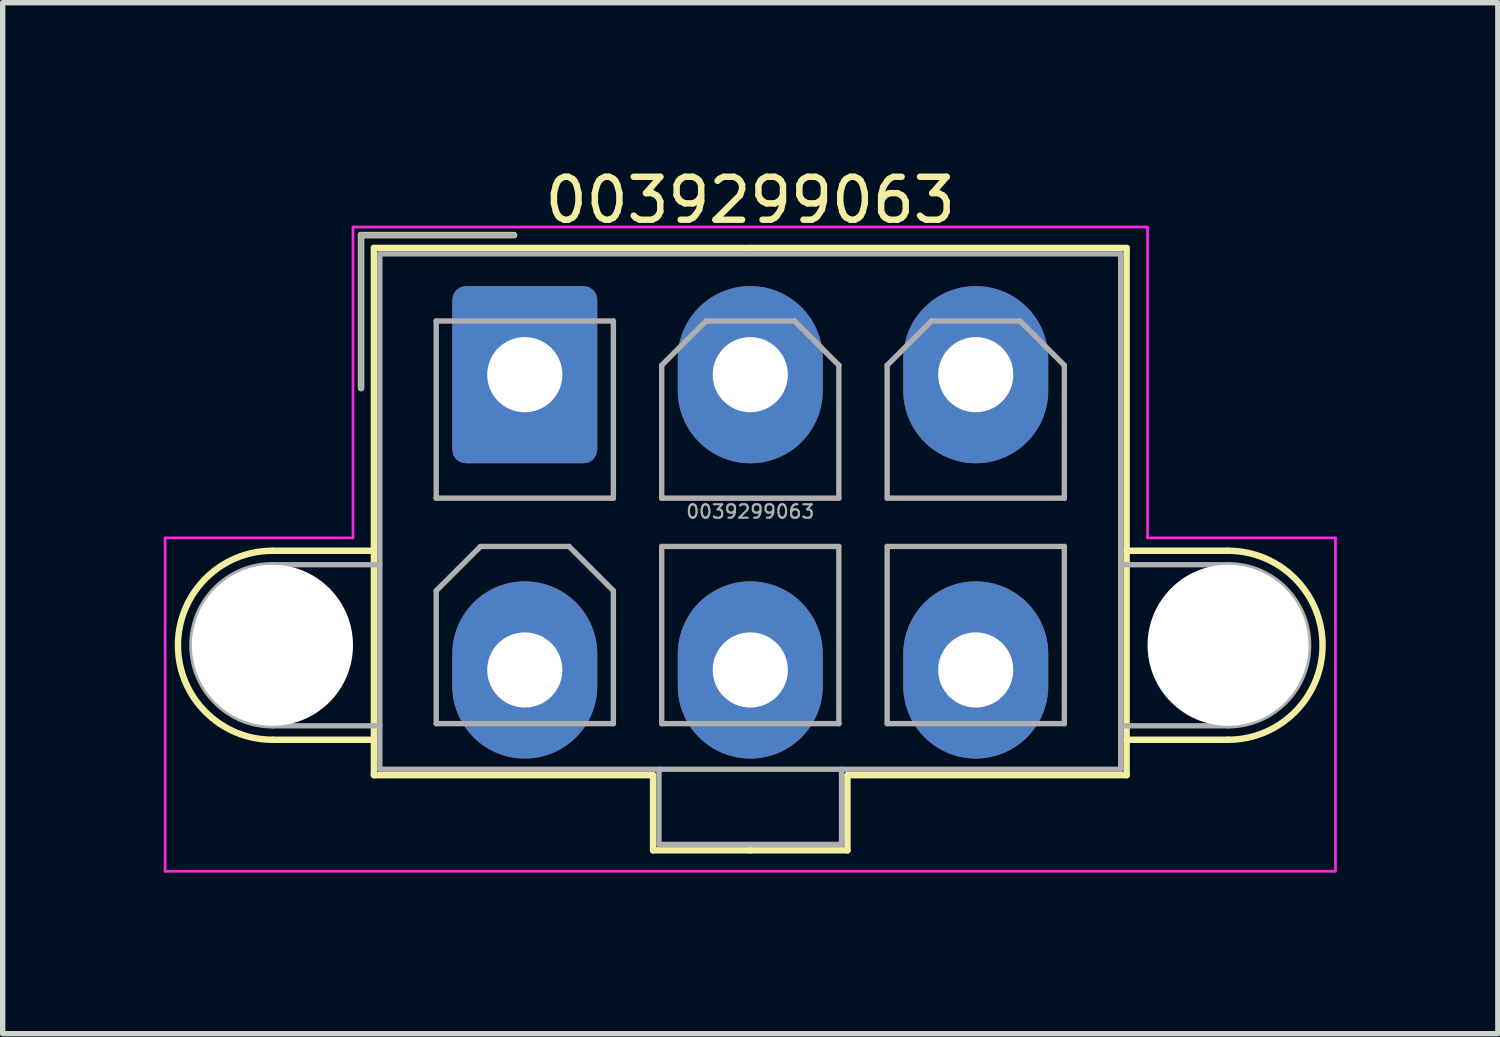
<source format=kicad_pcb>
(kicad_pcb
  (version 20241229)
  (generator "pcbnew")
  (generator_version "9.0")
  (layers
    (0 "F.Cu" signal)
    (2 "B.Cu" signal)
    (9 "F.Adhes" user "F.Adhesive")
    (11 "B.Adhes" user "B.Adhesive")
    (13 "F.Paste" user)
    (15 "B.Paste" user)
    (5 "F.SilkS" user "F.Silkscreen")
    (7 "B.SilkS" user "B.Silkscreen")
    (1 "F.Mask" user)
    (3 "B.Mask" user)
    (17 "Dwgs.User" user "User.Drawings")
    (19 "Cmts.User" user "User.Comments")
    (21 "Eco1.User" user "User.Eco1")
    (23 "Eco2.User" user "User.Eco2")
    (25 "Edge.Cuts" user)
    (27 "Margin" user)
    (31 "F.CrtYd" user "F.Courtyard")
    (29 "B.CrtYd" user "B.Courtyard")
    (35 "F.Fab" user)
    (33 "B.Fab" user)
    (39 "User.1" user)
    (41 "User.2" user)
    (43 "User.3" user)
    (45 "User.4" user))
  (footprint "0039299063"
    (layer "F.Cu")
    (at 10.925 6.679)
    (property "Reference" "0039299063" (at 0 -6 0) (layer "F.SilkS") (effects (font (size 0.8 0.8) (thickness 0.12))))
    (attr through_hole)
    (fp_line (start -8.9 0.53) (end -7.01 0.53) (stroke (width 0.12) (type solid)) (layer "F.SilkS"))
    (fp_line (start -8.9 4.05) (end -7.01 4.05) (stroke (width 0.12) (type solid)) (layer "F.SilkS"))
    (fp_line (start -7.25 -5.35) (end -7.25 -2.5) (stroke (width 0.12) (type solid)) (layer "F.SilkS"))
    (fp_line (start -7.01 -5.11) (end -7.01 4.71) (stroke (width 0.12) (type solid)) (layer "F.SilkS"))
    (fp_line (start -7.01 4.71) (end -1.81 4.71) (stroke (width 0.12) (type solid)) (layer "F.SilkS"))
    (fp_line (start -4.4 -5.35) (end -7.25 -5.35) (stroke (width 0.12) (type solid)) (layer "F.SilkS"))
    (fp_line (start -1.81 4.71) (end -1.81 6.11) (stroke (width 0.12) (type solid)) (layer "F.SilkS"))
    (fp_line (start -1.81 6.11) (end 0 6.11) (stroke (width 0.12) (type solid)) (layer "F.SilkS"))
    (fp_line (start 0 -5.11) (end -7.01 -5.11) (stroke (width 0.12) (type solid)) (layer "F.SilkS"))
    (fp_line (start 0 -5.11) (end 7.01 -5.11) (stroke (width 0.12) (type solid)) (layer "F.SilkS"))
    (fp_line (start 1.81 4.71) (end 1.81 6.11) (stroke (width 0.12) (type solid)) (layer "F.SilkS"))
    (fp_line (start 1.81 6.11) (end 0 6.11) (stroke (width 0.12) (type solid)) (layer "F.SilkS"))
    (fp_line (start 7.01 -5.11) (end 7.01 4.71) (stroke (width 0.12) (type solid)) (layer "F.SilkS"))
    (fp_line (start 7.01 4.71) (end 1.81 4.71) (stroke (width 0.12) (type solid)) (layer "F.SilkS"))
    (fp_line (start 8.9 0.53) (end 7.01 0.53) (stroke (width 0.12) (type solid)) (layer "F.SilkS"))
    (fp_line (start 8.9 4.05) (end 7.01 4.05) (stroke (width 0.12) (type solid)) (layer "F.SilkS"))
    (fp_arc (start -8.9 4.05) (mid -10.66 2.29) (end -8.9 0.53) (stroke (width 0.12) (type solid)) (layer "F.SilkS"))
    (fp_arc (start 8.9 0.53) (mid 10.66 2.29) (end 8.9 4.05) (stroke (width 0.12) (type solid)) (layer "F.SilkS"))
    (fp_line (start -10.9 0.29) (end -10.9 6.5) (stroke (width 0.05) (type solid)) (layer "F.CrtYd"))
    (fp_line (start -10.9 6.5) (end 10.9 6.5) (stroke (width 0.05) (type solid)) (layer "F.CrtYd"))
    (fp_line (start -7.4 -5.5) (end -7.4 0.29) (stroke (width 0.05) (type solid)) (layer "F.CrtYd"))
    (fp_line (start -7.4 0.29) (end -10.9 0.29) (stroke (width 0.05) (type solid)) (layer "F.CrtYd"))
    (fp_line (start 7.4 -5.5) (end -7.4 -5.5) (stroke (width 0.05) (type solid)) (layer "F.CrtYd"))
    (fp_line (start 7.4 0.29) (end 7.4 -5.5) (stroke (width 0.05) (type solid)) (layer "F.CrtYd"))
    (fp_line (start 10.9 0.29) (end 7.4 0.29) (stroke (width 0.05) (type solid)) (layer "F.CrtYd"))
    (fp_line (start 10.9 6.5) (end 10.9 0.29) (stroke (width 0.05) (type solid)) (layer "F.CrtYd"))
    (fp_line (start -8.9 0.79) (end -6.9 0.79) (stroke (width 0.1) (type solid)) (layer "F.Fab"))
    (fp_line (start -8.9 3.79) (end -6.9 3.79) (stroke (width 0.1) (type solid)) (layer "F.Fab"))
    (fp_line (start -7.25 -5.35) (end -7.25 -2.5) (stroke (width 0.1) (type solid)) (layer "F.Fab"))
    (fp_line (start -6.9 -5) (end -6.9 4.6) (stroke (width 0.1) (type solid)) (layer "F.Fab"))
    (fp_line (start -6.9 4.6) (end 6.9 4.6) (stroke (width 0.1) (type solid)) (layer "F.Fab"))
    (fp_line (start -5.85 -3.75) (end -5.85 -0.45) (stroke (width 0.1) (type solid)) (layer "F.Fab"))
    (fp_line (start -5.85 -0.45) (end -2.55 -0.45) (stroke (width 0.1) (type solid)) (layer "F.Fab"))
    (fp_line (start -5.85 1.275) (end -5.025 0.45) (stroke (width 0.1) (type solid)) (layer "F.Fab"))
    (fp_line (start -5.85 3.75) (end -5.85 1.275) (stroke (width 0.1) (type solid)) (layer "F.Fab"))
    (fp_line (start -5.025 0.45) (end -3.375 0.45) (stroke (width 0.1) (type solid)) (layer "F.Fab"))
    (fp_line (start -4.4 -5.35) (end -7.25 -5.35) (stroke (width 0.1) (type solid)) (layer "F.Fab"))
    (fp_line (start -3.375 0.45) (end -2.55 1.275) (stroke (width 0.1) (type solid)) (layer "F.Fab"))
    (fp_line (start -2.55 -3.75) (end -5.85 -3.75) (stroke (width 0.1) (type solid)) (layer "F.Fab"))
    (fp_line (start -2.55 -0.45) (end -2.55 -3.75) (stroke (width 0.1) (type solid)) (layer "F.Fab"))
    (fp_line (start -2.55 1.275) (end -2.55 3.75) (stroke (width 0.1) (type solid)) (layer "F.Fab"))
    (fp_line (start -2.55 3.75) (end -5.85 3.75) (stroke (width 0.1) (type solid)) (layer "F.Fab"))
    (fp_line (start -1.7 4.6) (end -1.7 6) (stroke (width 0.1) (type solid)) (layer "F.Fab"))
    (fp_line (start -1.7 6) (end 1.7 6) (stroke (width 0.1) (type solid)) (layer "F.Fab"))
    (fp_line (start -1.65 -2.925) (end -0.825 -3.75) (stroke (width 0.1) (type solid)) (layer "F.Fab"))
    (fp_line (start -1.65 -0.45) (end -1.65 -2.925) (stroke (width 0.1) (type solid)) (layer "F.Fab"))
    (fp_line (start -1.65 0.45) (end -1.65 3.75) (stroke (width 0.1) (type solid)) (layer "F.Fab"))
    (fp_line (start -1.65 3.75) (end 1.65 3.75) (stroke (width 0.1) (type solid)) (layer "F.Fab"))
    (fp_line (start -0.825 -3.75) (end 0.825 -3.75) (stroke (width 0.1) (type solid)) (layer "F.Fab"))
    (fp_line (start 0.825 -3.75) (end 1.65 -2.925) (stroke (width 0.1) (type solid)) (layer "F.Fab"))
    (fp_line (start 1.65 -2.925) (end 1.65 -0.45) (stroke (width 0.1) (type solid)) (layer "F.Fab"))
    (fp_line (start 1.65 -0.45) (end -1.65 -0.45) (stroke (width 0.1) (type solid)) (layer "F.Fab"))
    (fp_line (start 1.65 0.45) (end -1.65 0.45) (stroke (width 0.1) (type solid)) (layer "F.Fab"))
    (fp_line (start 1.65 3.75) (end 1.65 0.45) (stroke (width 0.1) (type solid)) (layer "F.Fab"))
    (fp_line (start 1.7 6) (end 1.7 4.6) (stroke (width 0.1) (type solid)) (layer "F.Fab"))
    (fp_line (start 2.55 -2.925) (end 3.375 -3.75) (stroke (width 0.1) (type solid)) (layer "F.Fab"))
    (fp_line (start 2.55 -0.45) (end 2.55 -2.925) (stroke (width 0.1) (type solid)) (layer "F.Fab"))
    (fp_line (start 2.55 0.45) (end 2.55 3.75) (stroke (width 0.1) (type solid)) (layer "F.Fab"))
    (fp_line (start 2.55 3.75) (end 5.85 3.75) (stroke (width 0.1) (type solid)) (layer "F.Fab"))
    (fp_line (start 3.375 -3.75) (end 5.025 -3.75) (stroke (width 0.1) (type solid)) (layer "F.Fab"))
    (fp_line (start 5.025 -3.75) (end 5.85 -2.925) (stroke (width 0.1) (type solid)) (layer "F.Fab"))
    (fp_line (start 5.85 -2.925) (end 5.85 -0.45) (stroke (width 0.1) (type solid)) (layer "F.Fab"))
    (fp_line (start 5.85 -0.45) (end 2.55 -0.45) (stroke (width 0.1) (type solid)) (layer "F.Fab"))
    (fp_line (start 5.85 0.45) (end 2.55 0.45) (stroke (width 0.1) (type solid)) (layer "F.Fab"))
    (fp_line (start 5.85 3.75) (end 5.85 0.45) (stroke (width 0.1) (type solid)) (layer "F.Fab"))
    (fp_line (start 6.9 -5) (end -6.9 -5) (stroke (width 0.1) (type solid)) (layer "F.Fab"))
    (fp_line (start 6.9 4.6) (end 6.9 -5) (stroke (width 0.1) (type solid)) (layer "F.Fab"))
    (fp_line (start 8.9 0.79) (end 6.9 0.79) (stroke (width 0.1) (type solid)) (layer "F.Fab"))
    (fp_line (start 8.9 3.79) (end 6.9 3.79) (stroke (width 0.1) (type solid)) (layer "F.Fab"))
    (fp_arc (start -8.9 3.79) (mid -10.4 2.29) (end -8.9 0.79) (stroke (width 0.1) (type solid)) (layer "F.Fab"))
    (fp_arc (start 8.9 0.79) (mid 10.4 2.29) (end 8.9 3.79) (stroke (width 0.1) (type solid)) (layer "F.Fab"))
    (fp_text user "${REFERENCE}" (at 0 -0.2 0) (layer "F.Fab") (effects (font (size 0.25 0.25) (thickness 0.04))))
    (pad "" np_thru_hole circle (at -8.9 2.29) (size 3 3) (drill 3) (layers "*.Cu" "*.Mask"))
    (pad "" np_thru_hole circle (at 8.9 2.29) (size 3 3) (drill 3) (layers "*.Cu" "*.Mask"))
    (pad "1" thru_hole roundrect (at -4.2 -2.75) (size 2.7 3.3) (drill 1.4) (layers "*.Cu" "*.Mask") (roundrect_rratio 0.093))
    (pad "2" thru_hole oval (at 0 -2.75) (size 2.7 3.3) (drill 1.4) (layers "*.Cu" "*.Mask"))
    (pad "3" thru_hole oval (at 4.2 -2.75) (size 2.7 3.3) (drill 1.4) (layers "*.Cu" "*.Mask"))
    (pad "4" thru_hole oval (at -4.2 2.75) (size 2.7 3.3) (drill 1.4) (layers "*.Cu" "*.Mask"))
    (pad "5" thru_hole oval (at 0 2.75) (size 2.7 3.3) (drill 1.4) (layers "*.Cu" "*.Mask"))
    (pad "6" thru_hole oval (at 4.2 2.75) (size 2.7 3.3) (drill 1.4) (layers "*.Cu" "*.Mask")))
  (gr_rect
    (start -3 -3)
    (end 24.85 16.204)
    (stroke (width 0.1) (type default))
    (fill no)
    (layer "Edge.Cuts")))
</source>
